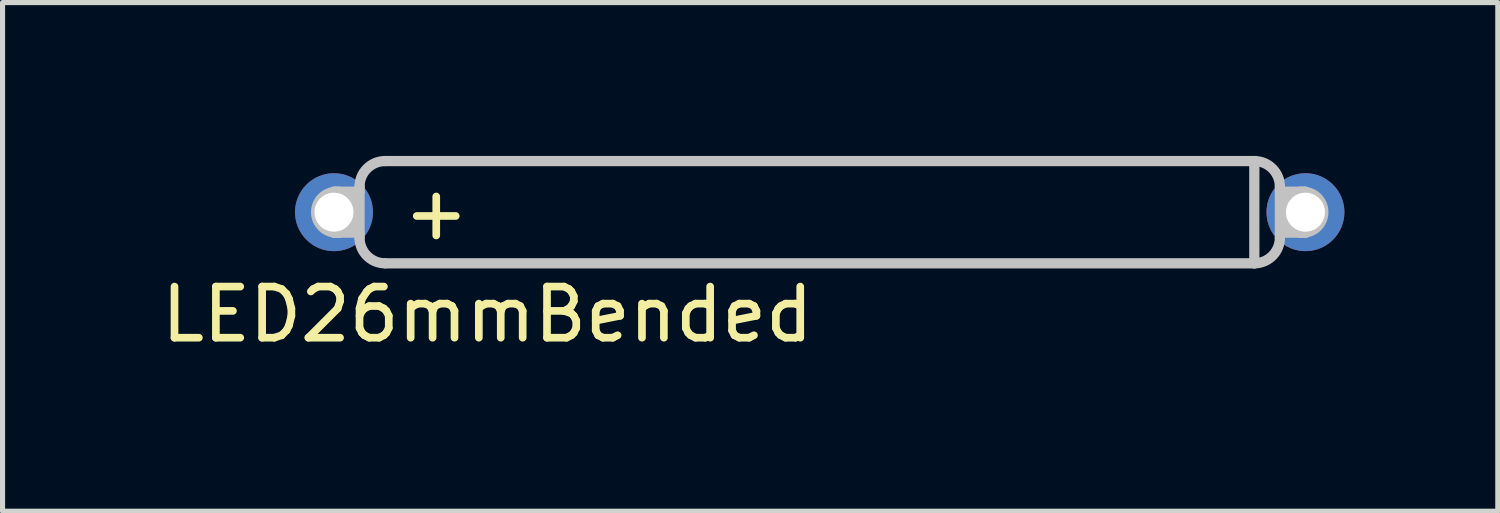
<source format=kicad_pcb>
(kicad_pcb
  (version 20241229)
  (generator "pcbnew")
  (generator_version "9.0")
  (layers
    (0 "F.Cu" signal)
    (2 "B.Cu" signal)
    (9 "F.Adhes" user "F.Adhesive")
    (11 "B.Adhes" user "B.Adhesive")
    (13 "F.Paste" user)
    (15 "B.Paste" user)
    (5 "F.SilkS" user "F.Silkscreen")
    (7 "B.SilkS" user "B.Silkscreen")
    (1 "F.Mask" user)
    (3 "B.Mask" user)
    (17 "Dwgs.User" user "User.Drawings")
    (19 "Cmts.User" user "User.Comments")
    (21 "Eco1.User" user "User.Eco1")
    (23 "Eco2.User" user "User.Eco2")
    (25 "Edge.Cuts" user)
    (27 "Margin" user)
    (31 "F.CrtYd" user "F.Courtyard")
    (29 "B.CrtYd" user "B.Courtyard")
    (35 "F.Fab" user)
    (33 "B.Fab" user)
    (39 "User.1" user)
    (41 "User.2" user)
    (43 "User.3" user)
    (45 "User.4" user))
  (footprint "LED26mmBended"
    (layer "F.Cu")
    (at 12.482 1.1)
    (property "Reference" "LED26mmBended" (at -6 2 0) (layer "F.SilkS") (effects (font (size 1 1) (thickness 0.15))))
    (attr through_hole)
    (fp_line (start -9 -0.4) (end -8.5 -0.4) (stroke (width 0.2) (type solid)) (layer "Dwgs.User"))
    (fp_line (start -9 0.4) (end -9 -0.4) (stroke (width 0.2) (type solid)) (layer "Dwgs.User"))
    (fp_line (start -9 0.4) (end -8.5 0.4) (stroke (width 0.2) (type solid)) (layer "Dwgs.User"))
    (fp_line (start -8.9 -0.4) (end -8.9 0.4) (stroke (width 0.2) (type solid)) (layer "Dwgs.User"))
    (fp_line (start -8.5 0.5) (end -8.5 -0.5) (stroke (width 0.2) (type solid)) (layer "Dwgs.User"))
    (fp_line (start -8 1) (end 9 1) (stroke (width 0.2) (type solid)) (layer "Dwgs.User"))
    (fp_line (start 9 -1) (end -8 -1) (stroke (width 0.2) (type solid)) (layer "Dwgs.User"))
    (fp_line (start 9 1) (end 9 -1) (stroke (width 0.2) (type solid)) (layer "Dwgs.User"))
    (fp_line (start 9.5 -0.5) (end 9.5 0.5) (stroke (width 0.2) (type solid)) (layer "Dwgs.User"))
    (fp_line (start 9.9 0.4) (end 9.9 -0.4) (stroke (width 0.2) (type solid)) (layer "Dwgs.User"))
    (fp_line (start 10 -0.4) (end 9.5 -0.4) (stroke (width 0.2) (type solid)) (layer "Dwgs.User"))
    (fp_line (start 10 -0.4) (end 10 0.4) (stroke (width 0.2) (type solid)) (layer "Dwgs.User"))
    (fp_line (start 10 0.4) (end 9.5 0.4) (stroke (width 0.2) (type solid)) (layer "Dwgs.User"))
    (fp_arc (start -8.5 -0.5) (mid -8.353553 -0.853553) (end -8 -1) (stroke (width 0.2) (type solid)) (layer "Dwgs.User"))
    (fp_arc (start -8.000001 1) (mid -8.353554 0.853553) (end -8.5 0.499999) (stroke (width 0.2) (type solid)) (layer "Dwgs.User"))
    (fp_arc (start 9 -1) (mid 9.353553 -0.853553) (end 9.5 -0.5) (stroke (width 0.2) (type solid)) (layer "Dwgs.User"))
    (fp_arc (start 9.5 0.5) (mid 9.353553 0.853553) (end 9 1) (stroke (width 0.2) (type solid)) (layer "Dwgs.User"))
    (fp_circle (center -8.95 0) (end -8.55 0) (stroke (width 0.2) (type solid)) (fill no) (layer "Dwgs.User"))
    (fp_circle (center 9.95 0) (end 10.35 0) (stroke (width 0.2) (type solid)) (fill no) (layer "Dwgs.User"))
    (fp_text user "+" (at -7 0 0) (layer "F.SilkS") (effects (font (size 1 1) (thickness 0.15))))
    (pad "1" thru_hole circle (at -9 0) (size 1.524 1.524) (drill 0.762) (layers "*.Cu" "*.Mask"))
    (pad "2" thru_hole circle (at 10 0) (size 1.524 1.524) (drill 0.762) (layers "*.Cu" "*.Mask")))
  (gr_rect
    (start -3 -3)
    (end 26.244 6.948)
    (stroke (width 0.1) (type default))
    (fill no)
    (layer "Edge.Cuts")))
</source>
